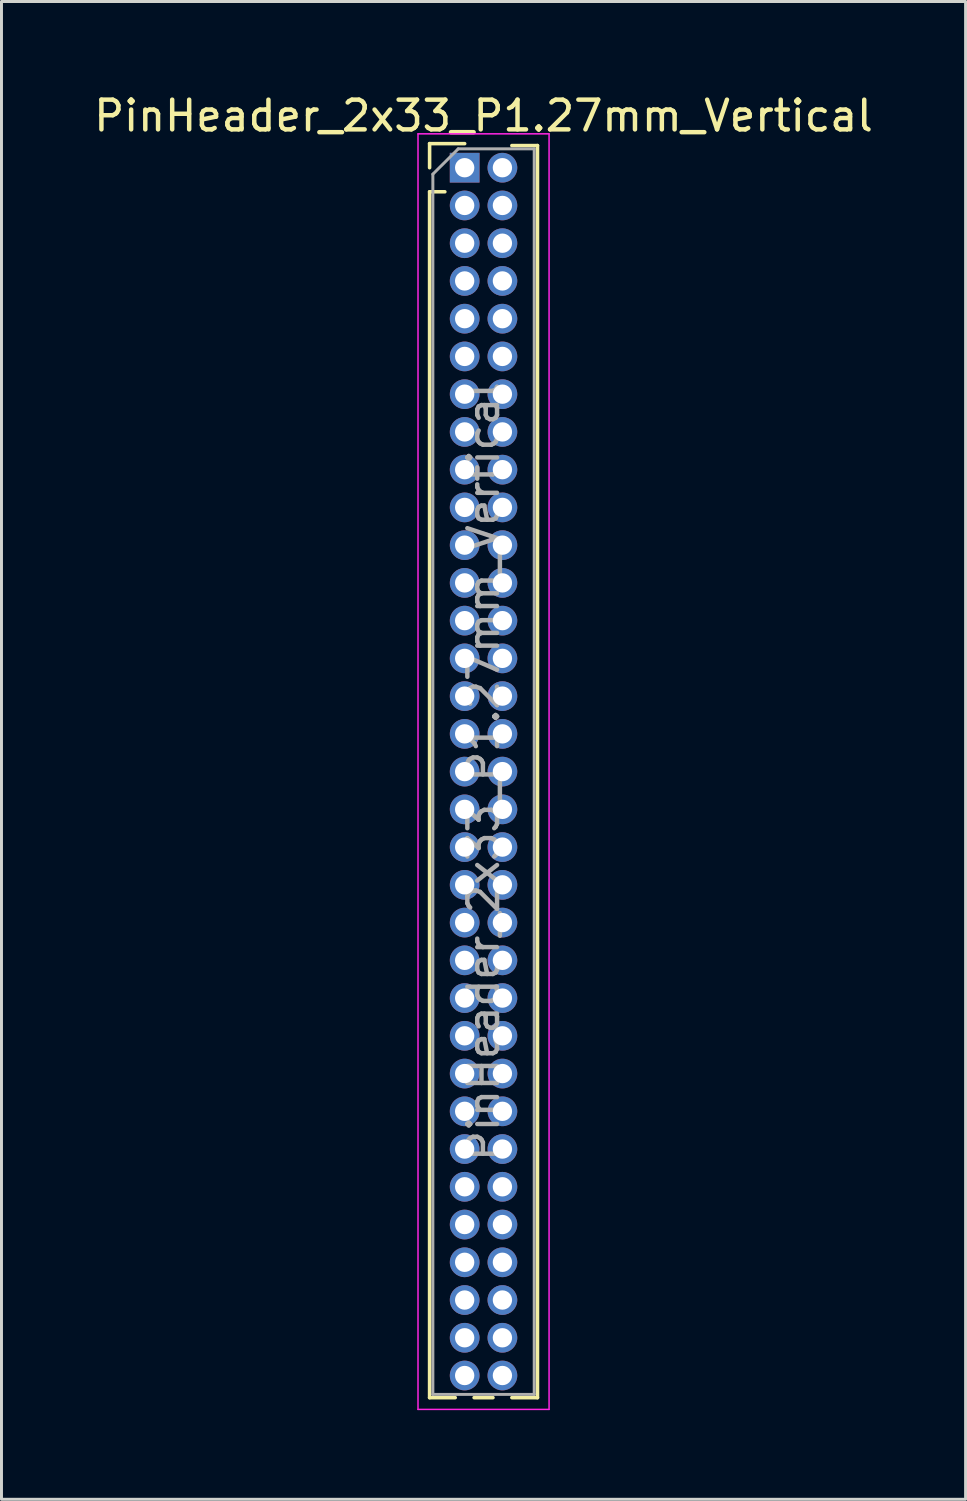
<source format=kicad_pcb>
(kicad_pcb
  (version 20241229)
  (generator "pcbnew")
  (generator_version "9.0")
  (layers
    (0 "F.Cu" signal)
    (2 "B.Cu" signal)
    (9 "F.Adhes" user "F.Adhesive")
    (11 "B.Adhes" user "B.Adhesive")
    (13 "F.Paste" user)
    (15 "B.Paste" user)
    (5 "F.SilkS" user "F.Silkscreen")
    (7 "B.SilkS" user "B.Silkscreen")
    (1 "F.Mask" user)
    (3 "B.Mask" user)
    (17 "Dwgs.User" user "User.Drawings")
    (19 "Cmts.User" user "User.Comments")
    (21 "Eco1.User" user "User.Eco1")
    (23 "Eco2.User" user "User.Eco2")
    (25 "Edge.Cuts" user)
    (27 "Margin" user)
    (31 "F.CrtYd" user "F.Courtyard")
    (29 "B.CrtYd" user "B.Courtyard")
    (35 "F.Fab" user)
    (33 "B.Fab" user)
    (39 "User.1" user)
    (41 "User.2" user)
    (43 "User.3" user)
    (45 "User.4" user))
  (footprint "PinHeader_2x33_P1.27mm_Vertical"
    (layer "F.Cu")
    (at 12.585 2.593)
    (property "Reference" "PinHeader_2x33_P1.27mm_Vertical" (at 0.635 -1.745 0) (layer "F.SilkS") (effects (font (size 1 1) (thickness 0.15))))
    (attr through_hole)
    (fp_line (start -1.18 -0.81) (end 0 -0.81) (stroke (width 0.12) (type solid)) (layer "F.SilkS"))
    (fp_line (start -1.18 0) (end -1.18 -0.81) (stroke (width 0.12) (type solid)) (layer "F.SilkS"))
    (fp_line (start -1.18 0.81) (end -1.18 41.385) (stroke (width 0.12) (type solid)) (layer "F.SilkS"))
    (fp_line (start -1.18 0.81) (end -0.667 0.81) (stroke (width 0.12) (type solid)) (layer "F.SilkS"))
    (fp_line (start -1.18 41.385) (end -0.318 41.385) (stroke (width 0.12) (type solid)) (layer "F.SilkS"))
    (fp_line (start 0.318 41.385) (end 0.952 41.385) (stroke (width 0.12) (type solid)) (layer "F.SilkS"))
    (fp_line (start 1.588 -0.745) (end 2.45 -0.745) (stroke (width 0.12) (type solid)) (layer "F.SilkS"))
    (fp_line (start 1.588 41.385) (end 2.45 41.385) (stroke (width 0.12) (type solid)) (layer "F.SilkS"))
    (fp_line (start 2.45 -0.745) (end 2.45 41.385) (stroke (width 0.12) (type solid)) (layer "F.SilkS"))
    (fp_line (start -1.57 -1.14) (end -1.57 41.78) (stroke (width 0.05) (type solid)) (layer "F.CrtYd"))
    (fp_line (start -1.57 41.78) (end 2.84 41.78) (stroke (width 0.05) (type solid)) (layer "F.CrtYd"))
    (fp_line (start 2.84 -1.14) (end -1.57 -1.14) (stroke (width 0.05) (type solid)) (layer "F.CrtYd"))
    (fp_line (start 2.84 41.78) (end 2.84 -1.14) (stroke (width 0.05) (type solid)) (layer "F.CrtYd"))
    (fp_line (start -1.07 0.217) (end -0.217 -0.635) (stroke (width 0.1) (type solid)) (layer "F.Fab"))
    (fp_line (start -1.07 41.275) (end -1.07 0.217) (stroke (width 0.1) (type solid)) (layer "F.Fab"))
    (fp_line (start -0.217 -0.635) (end 2.34 -0.635) (stroke (width 0.1) (type solid)) (layer "F.Fab"))
    (fp_line (start 2.34 -0.635) (end 2.34 41.275) (stroke (width 0.1) (type solid)) (layer "F.Fab"))
    (fp_line (start 2.34 41.275) (end -1.07 41.275) (stroke (width 0.1) (type solid)) (layer "F.Fab"))
    (fp_text user "${REFERENCE}" (at 0.635 20.32 90) (layer "F.Fab") (effects (font (size 1 1) (thickness 0.15))))
    (pad "1" thru_hole rect (at 0 0) (size 1 1) (drill 0.65) (layers "*.Cu" "*.Mask"))
    (pad "2" thru_hole circle (at 1.27 0) (size 1 1) (drill 0.65) (layers "*.Cu" "*.Mask"))
    (pad "3" thru_hole circle (at 0 1.27) (size 1 1) (drill 0.65) (layers "*.Cu" "*.Mask"))
    (pad "4" thru_hole circle (at 1.27 1.27) (size 1 1) (drill 0.65) (layers "*.Cu" "*.Mask"))
    (pad "5" thru_hole circle (at 0 2.54) (size 1 1) (drill 0.65) (layers "*.Cu" "*.Mask"))
    (pad "6" thru_hole circle (at 1.27 2.54) (size 1 1) (drill 0.65) (layers "*.Cu" "*.Mask"))
    (pad "7" thru_hole circle (at 0 3.81) (size 1 1) (drill 0.65) (layers "*.Cu" "*.Mask"))
    (pad "8" thru_hole circle (at 1.27 3.81) (size 1 1) (drill 0.65) (layers "*.Cu" "*.Mask"))
    (pad "9" thru_hole circle (at 0 5.08) (size 1 1) (drill 0.65) (layers "*.Cu" "*.Mask"))
    (pad "10" thru_hole circle (at 1.27 5.08) (size 1 1) (drill 0.65) (layers "*.Cu" "*.Mask"))
    (pad "11" thru_hole circle (at 0 6.35) (size 1 1) (drill 0.65) (layers "*.Cu" "*.Mask"))
    (pad "12" thru_hole circle (at 1.27 6.35) (size 1 1) (drill 0.65) (layers "*.Cu" "*.Mask"))
    (pad "13" thru_hole circle (at 0 7.62) (size 1 1) (drill 0.65) (layers "*.Cu" "*.Mask"))
    (pad "14" thru_hole circle (at 1.27 7.62) (size 1 1) (drill 0.65) (layers "*.Cu" "*.Mask"))
    (pad "15" thru_hole circle (at 0 8.89) (size 1 1) (drill 0.65) (layers "*.Cu" "*.Mask"))
    (pad "16" thru_hole circle (at 1.27 8.89) (size 1 1) (drill 0.65) (layers "*.Cu" "*.Mask"))
    (pad "17" thru_hole circle (at 0 10.16) (size 1 1) (drill 0.65) (layers "*.Cu" "*.Mask"))
    (pad "18" thru_hole circle (at 1.27 10.16) (size 1 1) (drill 0.65) (layers "*.Cu" "*.Mask"))
    (pad "19" thru_hole circle (at 0 11.43) (size 1 1) (drill 0.65) (layers "*.Cu" "*.Mask"))
    (pad "20" thru_hole circle (at 1.27 11.43) (size 1 1) (drill 0.65) (layers "*.Cu" "*.Mask"))
    (pad "21" thru_hole circle (at 0 12.7) (size 1 1) (drill 0.65) (layers "*.Cu" "*.Mask"))
    (pad "22" thru_hole circle (at 1.27 12.7) (size 1 1) (drill 0.65) (layers "*.Cu" "*.Mask"))
    (pad "23" thru_hole circle (at 0 13.97) (size 1 1) (drill 0.65) (layers "*.Cu" "*.Mask"))
    (pad "24" thru_hole circle (at 1.27 13.97) (size 1 1) (drill 0.65) (layers "*.Cu" "*.Mask"))
    (pad "25" thru_hole circle (at 0 15.24) (size 1 1) (drill 0.65) (layers "*.Cu" "*.Mask"))
    (pad "26" thru_hole circle (at 1.27 15.24) (size 1 1) (drill 0.65) (layers "*.Cu" "*.Mask"))
    (pad "27" thru_hole circle (at 0 16.51) (size 1 1) (drill 0.65) (layers "*.Cu" "*.Mask"))
    (pad "28" thru_hole circle (at 1.27 16.51) (size 1 1) (drill 0.65) (layers "*.Cu" "*.Mask"))
    (pad "29" thru_hole circle (at 0 17.78) (size 1 1) (drill 0.65) (layers "*.Cu" "*.Mask"))
    (pad "30" thru_hole circle (at 1.27 17.78) (size 1 1) (drill 0.65) (layers "*.Cu" "*.Mask"))
    (pad "31" thru_hole circle (at 0 19.05) (size 1 1) (drill 0.65) (layers "*.Cu" "*.Mask"))
    (pad "32" thru_hole circle (at 1.27 19.05) (size 1 1) (drill 0.65) (layers "*.Cu" "*.Mask"))
    (pad "33" thru_hole circle (at 0 20.32) (size 1 1) (drill 0.65) (layers "*.Cu" "*.Mask"))
    (pad "34" thru_hole circle (at 1.27 20.32) (size 1 1) (drill 0.65) (layers "*.Cu" "*.Mask"))
    (pad "35" thru_hole circle (at 0 21.59) (size 1 1) (drill 0.65) (layers "*.Cu" "*.Mask"))
    (pad "36" thru_hole circle (at 1.27 21.59) (size 1 1) (drill 0.65) (layers "*.Cu" "*.Mask"))
    (pad "37" thru_hole circle (at 0 22.86) (size 1 1) (drill 0.65) (layers "*.Cu" "*.Mask"))
    (pad "38" thru_hole circle (at 1.27 22.86) (size 1 1) (drill 0.65) (layers "*.Cu" "*.Mask"))
    (pad "39" thru_hole circle (at 0 24.13) (size 1 1) (drill 0.65) (layers "*.Cu" "*.Mask"))
    (pad "40" thru_hole circle (at 1.27 24.13) (size 1 1) (drill 0.65) (layers "*.Cu" "*.Mask"))
    (pad "41" thru_hole circle (at 0 25.4) (size 1 1) (drill 0.65) (layers "*.Cu" "*.Mask"))
    (pad "42" thru_hole circle (at 1.27 25.4) (size 1 1) (drill 0.65) (layers "*.Cu" "*.Mask"))
    (pad "43" thru_hole circle (at 0 26.67) (size 1 1) (drill 0.65) (layers "*.Cu" "*.Mask"))
    (pad "44" thru_hole circle (at 1.27 26.67) (size 1 1) (drill 0.65) (layers "*.Cu" "*.Mask"))
    (pad "45" thru_hole circle (at 0 27.94) (size 1 1) (drill 0.65) (layers "*.Cu" "*.Mask"))
    (pad "46" thru_hole circle (at 1.27 27.94) (size 1 1) (drill 0.65) (layers "*.Cu" "*.Mask"))
    (pad "47" thru_hole circle (at 0 29.21) (size 1 1) (drill 0.65) (layers "*.Cu" "*.Mask"))
    (pad "48" thru_hole circle (at 1.27 29.21) (size 1 1) (drill 0.65) (layers "*.Cu" "*.Mask"))
    (pad "49" thru_hole circle (at 0 30.48) (size 1 1) (drill 0.65) (layers "*.Cu" "*.Mask"))
    (pad "50" thru_hole circle (at 1.27 30.48) (size 1 1) (drill 0.65) (layers "*.Cu" "*.Mask"))
    (pad "51" thru_hole circle (at 0 31.75) (size 1 1) (drill 0.65) (layers "*.Cu" "*.Mask"))
    (pad "52" thru_hole circle (at 1.27 31.75) (size 1 1) (drill 0.65) (layers "*.Cu" "*.Mask"))
    (pad "53" thru_hole circle (at 0 33.02) (size 1 1) (drill 0.65) (layers "*.Cu" "*.Mask"))
    (pad "54" thru_hole circle (at 1.27 33.02) (size 1 1) (drill 0.65) (layers "*.Cu" "*.Mask"))
    (pad "55" thru_hole circle (at 0 34.29) (size 1 1) (drill 0.65) (layers "*.Cu" "*.Mask"))
    (pad "56" thru_hole circle (at 1.27 34.29) (size 1 1) (drill 0.65) (layers "*.Cu" "*.Mask"))
    (pad "57" thru_hole circle (at 0 35.56) (size 1 1) (drill 0.65) (layers "*.Cu" "*.Mask"))
    (pad "58" thru_hole circle (at 1.27 35.56) (size 1 1) (drill 0.65) (layers "*.Cu" "*.Mask"))
    (pad "59" thru_hole circle (at 0 36.83) (size 1 1) (drill 0.65) (layers "*.Cu" "*.Mask"))
    (pad "60" thru_hole circle (at 1.27 36.83) (size 1 1) (drill 0.65) (layers "*.Cu" "*.Mask"))
    (pad "61" thru_hole circle (at 0 38.1) (size 1 1) (drill 0.65) (layers "*.Cu" "*.Mask"))
    (pad "62" thru_hole circle (at 1.27 38.1) (size 1 1) (drill 0.65) (layers "*.Cu" "*.Mask"))
    (pad "63" thru_hole circle (at 0 39.37) (size 1 1) (drill 0.65) (layers "*.Cu" "*.Mask"))
    (pad "64" thru_hole circle (at 1.27 39.37) (size 1 1) (drill 0.65) (layers "*.Cu" "*.Mask"))
    (pad "65" thru_hole circle (at 0 40.64) (size 1 1) (drill 0.65) (layers "*.Cu" "*.Mask"))
    (pad "66" thru_hole circle (at 1.27 40.64) (size 1 1) (drill 0.65) (layers "*.Cu" "*.Mask")))
  (gr_rect
    (start -3 -3)
    (end 29.44 47.398)
    (stroke (width 0.1) (type default))
    (fill no)
    (layer "Edge.Cuts")))
</source>
